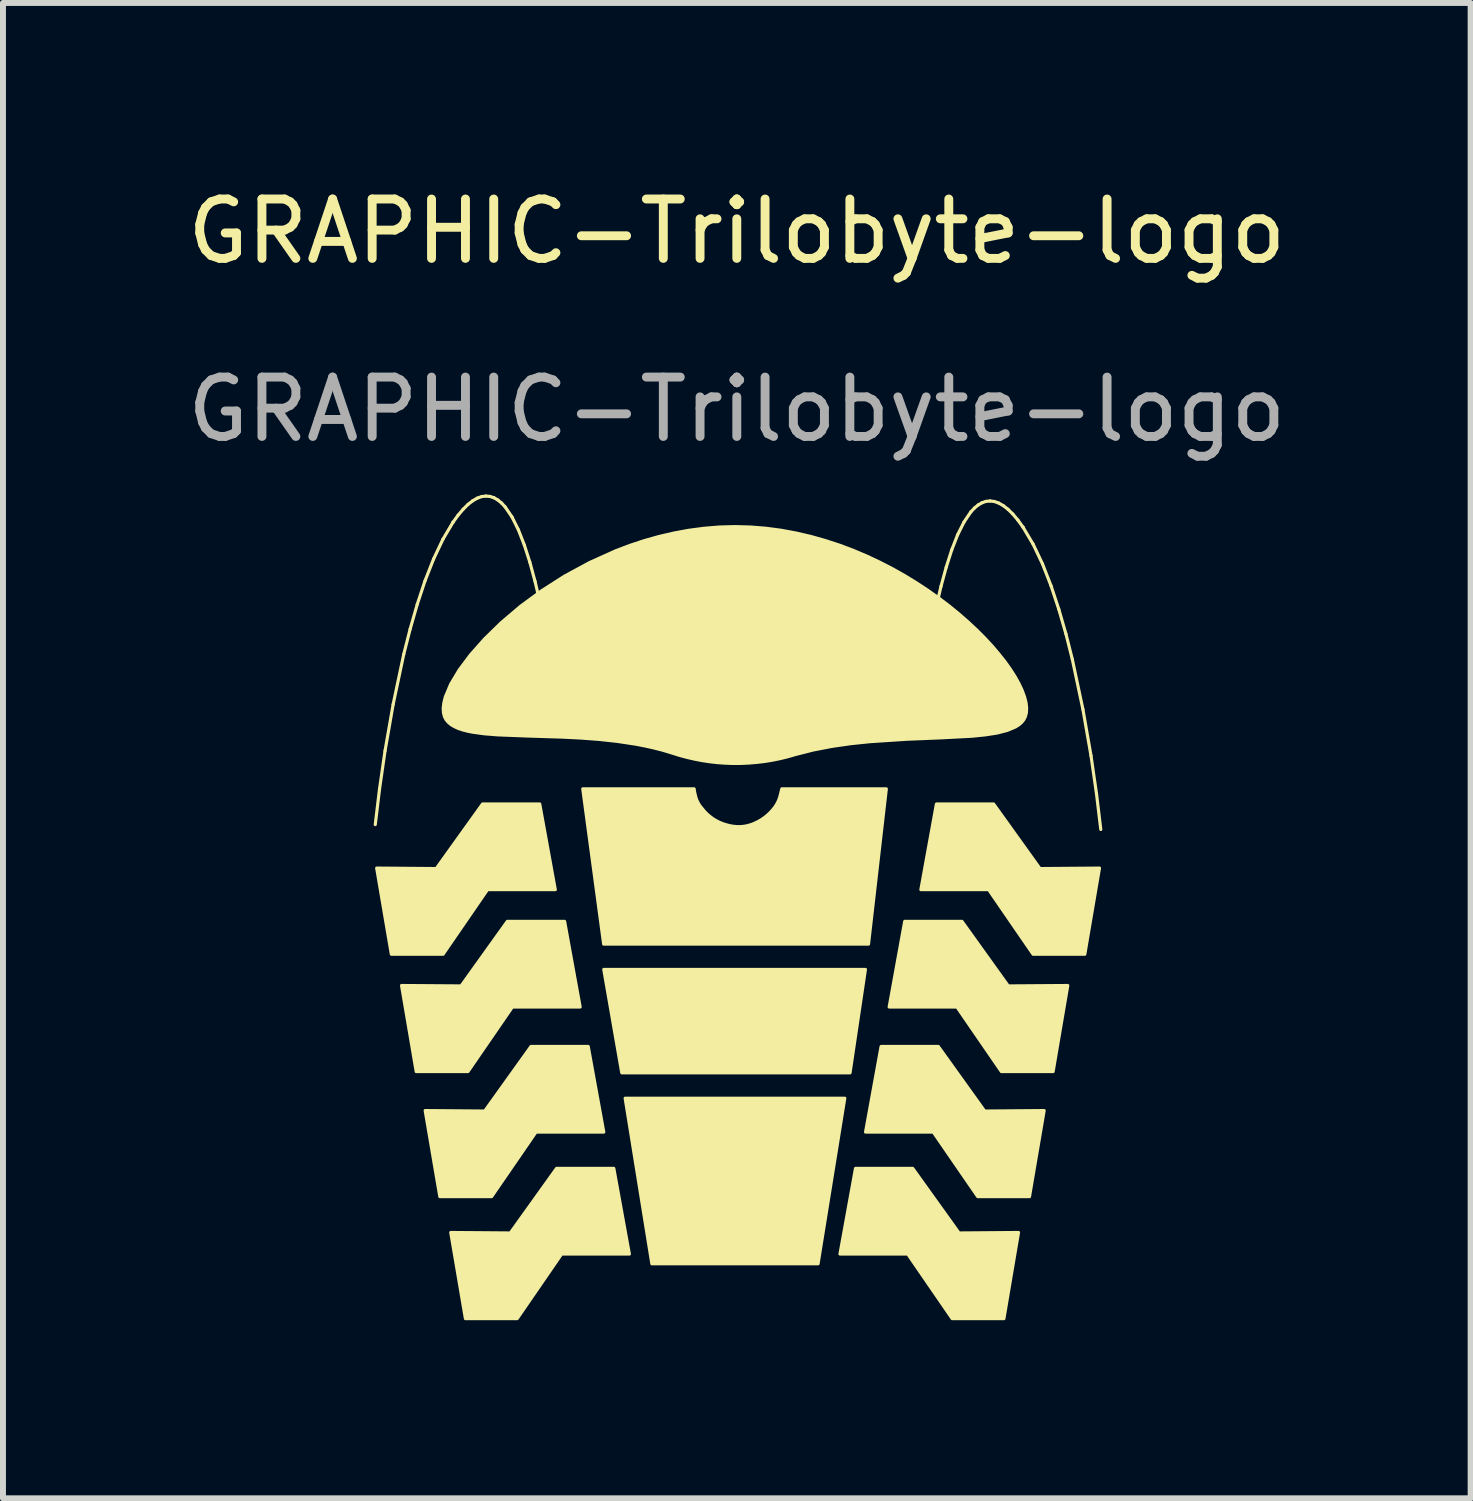
<source format=kicad_pcb>
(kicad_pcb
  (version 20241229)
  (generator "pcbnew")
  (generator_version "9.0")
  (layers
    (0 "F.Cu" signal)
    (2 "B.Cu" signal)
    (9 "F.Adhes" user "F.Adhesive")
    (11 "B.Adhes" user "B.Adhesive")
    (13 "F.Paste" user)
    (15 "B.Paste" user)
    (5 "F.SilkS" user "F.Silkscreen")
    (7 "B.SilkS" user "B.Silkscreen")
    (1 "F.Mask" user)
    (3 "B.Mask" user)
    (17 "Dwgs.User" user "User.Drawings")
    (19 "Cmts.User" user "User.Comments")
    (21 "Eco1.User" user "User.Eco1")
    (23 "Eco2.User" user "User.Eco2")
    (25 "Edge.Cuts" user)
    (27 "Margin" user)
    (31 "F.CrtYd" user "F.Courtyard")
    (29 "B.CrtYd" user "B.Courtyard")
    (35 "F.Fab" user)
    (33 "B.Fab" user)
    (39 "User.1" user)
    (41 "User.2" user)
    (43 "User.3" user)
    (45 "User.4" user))
  (footprint "GRAPHIC-Trilobyte-logo"
    (layer "F.Cu")
    (at 9.363 1.348)
    (property "Reference" "GRAPHIC-Trilobyte-logo" (at 0 -0.5 0) (unlocked yes) (layer "F.SilkS") (effects (font (size 1 1) (thickness 0.15))))
    (fp_line (start -6.019 8.894) (end -6.091 9.494) (stroke (width 0.053) (type solid)) (layer "F.SilkS"))
    (fp_line (start -5.926 8.25) (end -6.019 8.894) (stroke (width 0.053) (type solid)) (layer "F.SilkS"))
    (fp_line (start -5.79 7.47) (end -5.926 8.25) (stroke (width 0.053) (type solid)) (layer "F.SilkS"))
    (fp_line (start -5.611 6.624) (end -5.79 7.47) (stroke (width 0.053) (type solid)) (layer "F.SilkS"))
    (fp_line (start -5.503 6.199) (end -5.611 6.624) (stroke (width 0.053) (type solid)) (layer "F.SilkS"))
    (fp_line (start -5.384 5.784) (end -5.503 6.199) (stroke (width 0.053) (type solid)) (layer "F.SilkS"))
    (fp_line (start -5.253 5.388) (end -5.384 5.784) (stroke (width 0.053) (type solid)) (layer "F.SilkS"))
    (fp_line (start -5.108 5.019) (end -5.253 5.388) (stroke (width 0.053) (type solid)) (layer "F.SilkS"))
    (fp_line (start -4.951 4.687) (end -5.108 5.019) (stroke (width 0.053) (type solid)) (layer "F.SilkS"))
    (fp_line (start -4.781 4.4) (end -4.951 4.687) (stroke (width 0.053) (type solid)) (layer "F.SilkS"))
    (fp_line (start -4.781 4.4) (end -4.781 4.4) (stroke (width 0.053) (type solid)) (layer "F.SilkS"))
    (fp_line (start -4.694 4.28) (end -4.781 4.4) (stroke (width 0.053) (type solid)) (layer "F.SilkS"))
    (fp_line (start -4.609 4.18) (end -4.694 4.28) (stroke (width 0.053) (type solid)) (layer "F.SilkS"))
    (fp_line (start -4.527 4.099) (end -4.609 4.18) (stroke (width 0.053) (type solid)) (layer "F.SilkS"))
    (fp_line (start -4.448 4.038) (end -4.527 4.099) (stroke (width 0.053) (type solid)) (layer "F.SilkS"))
    (fp_line (start -4.372 3.994) (end -4.448 4.038) (stroke (width 0.053) (type solid)) (layer "F.SilkS"))
    (fp_line (start -4.298 3.968) (end -4.372 3.994) (stroke (width 0.053) (type solid)) (layer "F.SilkS"))
    (fp_line (start -4.226 3.959) (end -4.298 3.968) (stroke (width 0.053) (type solid)) (layer "F.SilkS"))
    (fp_line (start -4.157 3.966) (end -4.226 3.959) (stroke (width 0.053) (type solid)) (layer "F.SilkS"))
    (fp_line (start -4.09 3.988) (end -4.157 3.966) (stroke (width 0.053) (type solid)) (layer "F.SilkS"))
    (fp_line (start -4.025 4.026) (end -4.09 3.988) (stroke (width 0.053) (type solid)) (layer "F.SilkS"))
    (fp_line (start -3.962 4.078) (end -4.025 4.026) (stroke (width 0.053) (type solid)) (layer "F.SilkS"))
    (fp_line (start -3.902 4.143) (end -3.962 4.078) (stroke (width 0.053) (type solid)) (layer "F.SilkS"))
    (fp_line (start -3.787 4.312) (end -3.902 4.143) (stroke (width 0.053) (type solid)) (layer "F.SilkS"))
    (fp_line (start -3.68 4.527) (end -3.787 4.312) (stroke (width 0.053) (type solid)) (layer "F.SilkS"))
    (fp_line (start -3.58 4.783) (end -3.68 4.527) (stroke (width 0.053) (type solid)) (layer "F.SilkS"))
    (fp_line (start -3.486 5.075) (end -3.58 4.783) (stroke (width 0.053) (type solid)) (layer "F.SilkS"))
    (fp_line (start -3.399 5.397) (end -3.486 5.075) (stroke (width 0.053) (type solid)) (layer "F.SilkS"))
    (fp_line (start -3.317 5.745) (end -3.399 5.397) (stroke (width 0.053) (type solid)) (layer "F.SilkS"))
    (fp_line (start -3.168 6.495) (end -3.317 5.745) (stroke (width 0.053) (type solid)) (layer "F.SilkS"))
    (fp_line (start -3.034 7.283) (end -3.168 6.495) (stroke (width 0.053) (type solid)) (layer "F.SilkS"))
    (fp_line (start 3.076 7.366) (end 3.209 6.578) (stroke (width 0.053) (type solid)) (layer "F.SilkS"))
    (fp_line (start 3.209 6.578) (end 3.358 5.828) (stroke (width 0.053) (type solid)) (layer "F.SilkS"))
    (fp_line (start 3.358 5.828) (end 3.44 5.48) (stroke (width 0.053) (type solid)) (layer "F.SilkS"))
    (fp_line (start 3.44 5.48) (end 3.528 5.158) (stroke (width 0.053) (type solid)) (layer "F.SilkS"))
    (fp_line (start 3.528 5.158) (end 3.621 4.866) (stroke (width 0.053) (type solid)) (layer "F.SilkS"))
    (fp_line (start 3.621 4.866) (end 3.721 4.61) (stroke (width 0.053) (type solid)) (layer "F.SilkS"))
    (fp_line (start 3.721 4.61) (end 3.829 4.395) (stroke (width 0.053) (type solid)) (layer "F.SilkS"))
    (fp_line (start 3.829 4.395) (end 3.943 4.226) (stroke (width 0.053) (type solid)) (layer "F.SilkS"))
    (fp_line (start 3.943 4.226) (end 4.004 4.161) (stroke (width 0.053) (type solid)) (layer "F.SilkS"))
    (fp_line (start 4.004 4.161) (end 4.067 4.109) (stroke (width 0.053) (type solid)) (layer "F.SilkS"))
    (fp_line (start 4.067 4.109) (end 4.131 4.072) (stroke (width 0.053) (type solid)) (layer "F.SilkS"))
    (fp_line (start 4.131 4.072) (end 4.198 4.049) (stroke (width 0.053) (type solid)) (layer "F.SilkS"))
    (fp_line (start 4.198 4.049) (end 4.267 4.042) (stroke (width 0.053) (type solid)) (layer "F.SilkS"))
    (fp_line (start 4.267 4.042) (end 4.339 4.051) (stroke (width 0.053) (type solid)) (layer "F.SilkS"))
    (fp_line (start 4.339 4.051) (end 4.413 4.077) (stroke (width 0.053) (type solid)) (layer "F.SilkS"))
    (fp_line (start 4.413 4.077) (end 4.49 4.121) (stroke (width 0.053) (type solid)) (layer "F.SilkS"))
    (fp_line (start 4.49 4.121) (end 4.569 4.182) (stroke (width 0.053) (type solid)) (layer "F.SilkS"))
    (fp_line (start 4.569 4.182) (end 4.651 4.263) (stroke (width 0.053) (type solid)) (layer "F.SilkS"))
    (fp_line (start 4.651 4.263) (end 4.735 4.363) (stroke (width 0.053) (type solid)) (layer "F.SilkS"))
    (fp_line (start 4.735 4.363) (end 4.822 4.484) (stroke (width 0.053) (type solid)) (layer "F.SilkS"))
    (fp_line (start 4.822 4.484) (end 4.822 4.484) (stroke (width 0.053) (type solid)) (layer "F.SilkS"))
    (fp_line (start 4.822 4.484) (end 4.992 4.77) (stroke (width 0.053) (type solid)) (layer "F.SilkS"))
    (fp_line (start 4.992 4.77) (end 5.15 5.102) (stroke (width 0.053) (type solid)) (layer "F.SilkS"))
    (fp_line (start 5.15 5.102) (end 5.294 5.471) (stroke (width 0.053) (type solid)) (layer "F.SilkS"))
    (fp_line (start 5.294 5.471) (end 5.425 5.867) (stroke (width 0.053) (type solid)) (layer "F.SilkS"))
    (fp_line (start 5.425 5.867) (end 5.545 6.282) (stroke (width 0.053) (type solid)) (layer "F.SilkS"))
    (fp_line (start 5.545 6.282) (end 5.652 6.707) (stroke (width 0.053) (type solid)) (layer "F.SilkS"))
    (fp_line (start 5.652 6.707) (end 5.831 7.552) (stroke (width 0.053) (type solid)) (layer "F.SilkS"))
    (fp_line (start 5.831 7.552) (end 5.967 8.332) (stroke (width 0.053) (type solid)) (layer "F.SilkS"))
    (fp_line (start 5.967 8.332) (end 6.06 8.976) (stroke (width 0.053) (type solid)) (layer "F.SilkS"))
    (fp_line (start 6.06 8.976) (end 6.132 9.576) (stroke (width 0.053) (type solid)) (layer "F.SilkS"))
    (fp_poly (pts (xy -2.241 11.934) (xy 2.167 11.934) (xy 1.908 13.676) (xy -1.938 13.676) (xy -2.241 11.934)) (stroke (width 0.053) (type solid)) (fill yes) (layer "F.SilkS"))
    (fp_poly (pts (xy -1.881 14.104) (xy -1.431 16.893) (xy 1.369 16.893) (xy 1.819 14.104) (xy -1.881 14.104)) (stroke (width 0.053) (type solid)) (fill yes) (layer "F.SilkS"))
    (fp_poly (pts (xy -3.32 9.147) (xy -3.058 10.59) (xy -4.2 10.59) (xy -4.948 11.678) (xy -5.82 11.678) (xy -6.067 10.227) (xy -5.064 10.235) (xy -4.284 9.147) (xy -3.32 9.147)) (stroke (width 0.053) (type solid)) (fill yes) (layer "F.SilkS"))
    (fp_poly (pts (xy -2.901 11.124) (xy -2.639 12.567) (xy -3.781 12.567) (xy -4.529 13.655) (xy -5.401 13.655) (xy -5.648 12.205) (xy -4.645 12.212) (xy -3.866 11.124) (xy -2.901 11.124)) (stroke (width 0.053) (type solid)) (fill yes) (layer "F.SilkS"))
    (fp_poly (pts (xy -2.503 13.232) (xy -2.241 14.674) (xy -3.383 14.674) (xy -4.131 15.762) (xy -5.003 15.762) (xy -5.25 14.312) (xy -4.247 14.32) (xy -3.468 13.232) (xy -2.503 13.232)) (stroke (width 0.053) (type solid)) (fill yes) (layer "F.SilkS"))
    (fp_poly (pts (xy -2.072 15.286) (xy -1.81 16.729) (xy -2.952 16.729) (xy -3.7 17.817) (xy -4.572 17.817) (xy -4.819 16.366) (xy -3.816 16.374) (xy -3.037 15.286) (xy -2.072 15.286)) (stroke (width 0.053) (type solid)) (fill yes) (layer "F.SilkS"))
    (fp_poly (pts (xy 2 15.286) (xy 1.738 16.729) (xy 2.88 16.729) (xy 3.628 17.817) (xy 4.5 17.817) (xy 4.746 16.366) (xy 3.744 16.374) (xy 2.964 15.286) (xy 2 15.286)) (stroke (width 0.053) (type solid)) (fill yes) (layer "F.SilkS"))
    (fp_poly (pts (xy 2.431 13.232) (xy 2.169 14.674) (xy 3.31 14.674) (xy 4.059 15.762) (xy 4.931 15.762) (xy 5.178 14.312) (xy 4.175 14.32) (xy 3.395 13.232) (xy 2.431 13.232)) (stroke (width 0.053) (type solid)) (fill yes) (layer "F.SilkS"))
    (fp_poly (pts (xy 2.829 11.124) (xy 2.567 12.567) (xy 3.709 12.567) (xy 4.457 13.655) (xy 5.329 13.655) (xy 5.576 12.205) (xy 4.573 12.212) (xy 3.793 11.124) (xy 2.829 11.124)) (stroke (width 0.053) (type solid)) (fill yes) (layer "F.SilkS"))
    (fp_poly (pts (xy 3.363 9.147) (xy 3.101 10.59) (xy 4.243 10.59) (xy 4.991 11.678) (xy 5.863 11.678) (xy 6.11 10.227) (xy 5.107 10.235) (xy 4.327 9.147) (xy 3.363 9.147)) (stroke (width 0.053) (type solid)) (fill yes) (layer "F.SilkS"))
    (fp_poly (pts (xy -0.031 4.474) (xy -0.296 4.481) (xy -0.557 4.503) (xy -0.814 4.537) (xy -1.067 4.584) (xy -1.316 4.642) (xy -1.56 4.711) (xy -1.799 4.79) (xy -2.032 4.878) (xy -2.479 5.079) (xy -2.9 5.307) (xy -3.29 5.556) (xy -3.647 5.819) (xy -3.967 6.091) (xy -4.247 6.364) (xy -4.485 6.632) (xy -4.677 6.889) (xy -4.82 7.128) (xy -4.911 7.344) (xy -4.935 7.441) (xy -4.946 7.53) (xy -4.942 7.609) (xy -4.924 7.679) (xy -4.897 7.728) (xy -4.86 7.771) (xy -4.814 7.81) (xy -4.758 7.843) (xy -4.694 7.873) (xy -4.621 7.898) (xy -4.54 7.919) (xy -4.451 7.937) (xy -4.252 7.964) (xy -4.028 7.982) (xy -3.515 8.002) (xy -2.939 8.02) (xy -2.635 8.035) (xy -2.326 8.058) (xy -2.014 8.092) (xy -1.702 8.139) (xy -1.548 8.169) (xy -1.395 8.203) (xy -1.244 8.242) (xy -1.095 8.287) (xy -0.968 8.327) (xy -0.841 8.361) (xy -0.712 8.391) (xy -0.583 8.416) (xy -0.453 8.435) (xy -0.323 8.45) (xy -0.192 8.459) (xy -0.061 8.464) (xy 0.07 8.463) (xy 0.201 8.457) (xy 0.332 8.446) (xy 0.463 8.431) (xy 0.593 8.41) (xy 0.722 8.384) (xy 0.85 8.353) (xy 0.978 8.316) (xy 1.287 8.237) (xy 1.603 8.176) (xy 1.922 8.13) (xy 2.24 8.097) (xy 2.862 8.056) (xy 3.445 8.032) (xy 3.961 8.005) (xy 4.187 7.982) (xy 4.387 7.951) (xy 4.557 7.907) (xy 4.695 7.849) (xy 4.75 7.814) (xy 4.797 7.774) (xy 4.834 7.729) (xy 4.86 7.679) (xy 4.879 7.608) (xy 4.883 7.527) (xy 4.872 7.437) (xy 4.847 7.34) (xy 4.808 7.234) (xy 4.756 7.123) (xy 4.691 7.005) (xy 4.613 6.882) (xy 4.523 6.755) (xy 4.42 6.625) (xy 4.307 6.491) (xy 4.182 6.356) (xy 4.047 6.22) (xy 3.901 6.084) (xy 3.746 5.948) (xy 3.581 5.813) (xy 3.407 5.681) (xy 3.224 5.551) (xy 3.033 5.425) (xy 2.834 5.303) (xy 2.627 5.186) (xy 2.413 5.076) (xy 2.193 4.972) (xy 1.966 4.876) (xy 1.733 4.788) (xy 1.494 4.71) (xy 1.251 4.641) (xy 1.002 4.583) (xy 0.749 4.536) (xy 0.493 4.502) (xy 0.232 4.481) (xy -0.031 4.474)) (stroke (width 0.053) (type solid)) (fill yes) (layer "F.SilkS"))
    (fp_poly (pts (xy -2.595 8.892) (xy -0.719 8.892) (xy -0.716 8.915) (xy -0.712 8.939) (xy -0.707 8.963) (xy -0.702 8.986) (xy -0.696 9.01) (xy -0.69 9.033) (xy -0.683 9.056) (xy -0.675 9.078) (xy -0.671 9.088) (xy -0.666 9.097) (xy -0.662 9.107) (xy -0.657 9.116) (xy -0.652 9.126) (xy -0.647 9.135) (xy -0.642 9.144) (xy -0.636 9.153) (xy -0.631 9.162) (xy -0.625 9.17) (xy -0.619 9.179) (xy -0.613 9.187) (xy -0.606 9.196) (xy -0.6 9.204) (xy -0.593 9.212) (xy -0.587 9.22) (xy -0.577 9.232) (xy -0.568 9.243) (xy -0.558 9.255) (xy -0.549 9.266) (xy -0.539 9.277) (xy -0.529 9.287) (xy -0.518 9.298) (xy -0.508 9.308) (xy -0.497 9.319) (xy -0.486 9.329) (xy -0.475 9.338) (xy -0.464 9.348) (xy -0.452 9.357) (xy -0.44 9.366) (xy -0.429 9.375) (xy -0.417 9.384) (xy -0.401 9.395) (xy -0.385 9.405) (xy -0.37 9.415) (xy -0.353 9.424) (xy -0.337 9.433) (xy -0.32 9.442) (xy -0.304 9.45) (xy -0.287 9.458) (xy -0.27 9.465) (xy -0.252 9.472) (xy -0.235 9.479) (xy -0.217 9.485) (xy -0.199 9.491) (xy -0.181 9.496) (xy -0.163 9.501) (xy -0.145 9.506) (xy -0.128 9.51) (xy -0.11 9.514) (xy -0.092 9.517) (xy -0.074 9.52) (xy -0.056 9.523) (xy -0.038 9.525) (xy -0.02 9.526) (xy -0.002 9.528) (xy 0.015 9.528) (xy 0.032 9.528) (xy 0.049 9.528) (xy 0.066 9.528) (xy 0.082 9.527) (xy 0.099 9.525) (xy 0.116 9.523) (xy 0.133 9.521) (xy 0.149 9.518) (xy 0.165 9.515) (xy 0.181 9.511) (xy 0.197 9.507) (xy 0.212 9.503) (xy 0.228 9.498) (xy 0.243 9.493) (xy 0.259 9.488) (xy 0.274 9.482) (xy 0.289 9.476) (xy 0.304 9.469) (xy 0.319 9.462) (xy 0.334 9.455) (xy 0.348 9.448) (xy 0.363 9.44) (xy 0.377 9.432) (xy 0.392 9.423) (xy 0.407 9.415) (xy 0.421 9.406) (xy 0.435 9.396) (xy 0.449 9.387) (xy 0.463 9.377) (xy 0.477 9.366) (xy 0.49 9.356) (xy 0.503 9.345) (xy 0.516 9.334) (xy 0.529 9.322) (xy 0.541 9.311) (xy 0.554 9.299) (xy 0.566 9.287) (xy 0.577 9.274) (xy 0.589 9.261) (xy 0.599 9.25) (xy 0.609 9.239) (xy 0.618 9.227) (xy 0.628 9.216) (xy 0.637 9.204) (xy 0.645 9.191) (xy 0.654 9.179) (xy 0.662 9.166) (xy 0.669 9.154) (xy 0.677 9.141) (xy 0.684 9.127) (xy 0.691 9.114) (xy 0.697 9.1) (xy 0.703 9.087) (xy 0.709 9.073) (xy 0.714 9.059) (xy 0.721 9.038) (xy 0.727 9.017) (xy 0.732 8.997) (xy 0.738 8.976) (xy 0.743 8.955) (xy 0.748 8.934) (xy 0.753 8.913) (xy 0.758 8.892) (xy 2.519 8.892) (xy 2.219 11.507) (xy -2.243 11.507) (xy -2.595 8.892)) (stroke (width 0.053) (type solid)) (fill yes) (layer "F.SilkS"))
    (fp_poly (pts (xy 2.347 6.287) (xy 2.335 6.296) (xy 2.323 6.305) (xy 2.311 6.313) (xy 2.299 6.321) (xy 2.287 6.329) (xy 2.274 6.336) (xy 2.261 6.343) (xy 2.248 6.35) (xy 2.242 6.345) (xy 2.226 6.332) (xy 2.215 6.324) (xy 2.204 6.315) (xy 2.192 6.306) (xy 2.18 6.297) (xy 2.171 6.291) (xy 2.161 6.285) (xy 2.152 6.28) (xy 2.143 6.274) (xy 2.133 6.269) (xy 2.124 6.263) (xy 2.114 6.258) (xy 2.104 6.253) (xy 2.062 6.228) (xy 2.036 6.212) (xy 2.006 6.194) (xy 1.912 6.151) (xy 1.894 6.143) (xy 1.872 6.135) (xy 1.86 6.13) (xy 1.847 6.125) (xy 1.832 6.12) (xy 1.817 6.115) (xy 1.772 6.101) (xy 1.745 6.093) (xy 1.715 6.084) (xy 1.663 6.069) (xy 1.632 6.061) (xy 1.598 6.052) (xy 1.56 6.042) (xy 1.519 6.033) (xy 1.475 6.024) (xy 1.429 6.014) (xy 1.388 6.007) (xy 1.348 6) (xy 1.307 5.994) (xy 1.266 5.989) (xy 1.225 5.984) (xy 1.183 5.98) (xy 1.142 5.976) (xy 1.101 5.974) (xy 1.096 5.939) (xy 1.092 5.907) (xy 1.091 5.891) (xy 1.089 5.876) (xy 1.087 5.857) (xy 1.086 5.838) (xy 1.086 5.819) (xy 1.086 5.8) (xy 1.086 5.781) (xy 1.088 5.762) (xy 1.089 5.743) (xy 1.092 5.724) (xy 1.095 5.709) (xy 1.099 5.693) (xy 1.103 5.677) (xy 1.107 5.661) (xy 1.111 5.645) (xy 1.116 5.63) (xy 1.121 5.614) (xy 1.126 5.599) (xy 1.126 5.599) (xy 1.219 5.609) (xy 1.262 5.613) (xy 1.309 5.619) (xy 1.358 5.625) (xy 1.407 5.632) (xy 1.445 5.638) (xy 1.484 5.645) (xy 1.522 5.652) (xy 1.56 5.659) (xy 1.598 5.667) (xy 1.636 5.676) (xy 1.674 5.685) (xy 1.712 5.695) (xy 1.747 5.704) (xy 1.782 5.714) (xy 1.817 5.725) (xy 1.851 5.736) (xy 1.886 5.747) (xy 1.92 5.759) (xy 1.954 5.772) (xy 1.988 5.785) (xy 2.041 5.806) (xy 2.07 5.818) (xy 2.084 5.824) (xy 2.099 5.83) (xy 2.116 5.837) (xy 2.136 5.847) (xy 2.177 5.866) (xy 2.197 5.877) (xy 2.215 5.887) (xy 2.248 5.905) (xy 2.276 5.922) (xy 2.302 5.937) (xy 2.314 5.944) (xy 2.327 5.951) (xy 2.34 5.959) (xy 2.352 5.966) (xy 2.365 5.974) (xy 2.377 5.982) (xy 2.389 5.99) (xy 2.401 5.999) (xy 2.412 6.007) (xy 2.423 6.015) (xy 2.433 6.024) (xy 2.444 6.033) (xy 2.454 6.042) (xy 2.464 6.051) (xy 2.474 6.06) (xy 2.484 6.07) (xy 2.414 6.195) (xy 2.411 6.202) (xy 2.408 6.209) (xy 2.405 6.215) (xy 2.402 6.221) (xy 2.398 6.228) (xy 2.394 6.234) (xy 2.39 6.24) (xy 2.386 6.245) (xy 2.382 6.251) (xy 2.377 6.257) (xy 2.372 6.262) (xy 2.368 6.268) (xy 2.363 6.273) (xy 2.357 6.278) (xy 2.352 6.283) (xy 2.347 6.288) (xy 2.347 6.287)) (stroke (width 0.053) (type solid)) (fill yes) (layer "F.SilkS"))
    (fp_poly (pts (xy -1.225 5.836) (xy -1.225 5.839) (xy -1.226 5.846) (xy -1.229 5.864) (xy -1.234 5.889) (xy -1.279 5.893) (xy -1.323 5.898) (xy -1.367 5.904) (xy -1.411 5.911) (xy -1.455 5.919) (xy -1.499 5.928) (xy -1.543 5.937) (xy -1.586 5.948) (xy -1.609 5.955) (xy -1.632 5.962) (xy -1.654 5.97) (xy -1.677 5.977) (xy -1.699 5.986) (xy -1.721 5.994) (xy -1.743 6.003) (xy -1.766 6.012) (xy -1.772 6.014) (xy -1.779 6.017) (xy -1.797 6.025) (xy -1.822 6.036) (xy -1.857 6.05) (xy -1.949 6.09) (xy -1.968 6.099) (xy -1.987 6.108) (xy -2.007 6.118) (xy -2.026 6.129) (xy -2.044 6.139) (xy -2.063 6.15) (xy -2.082 6.161) (xy -2.1 6.172) (xy -2.12 6.187) (xy -2.139 6.202) (xy -2.178 6.234) (xy -2.198 6.25) (xy -2.217 6.265) (xy -2.238 6.281) (xy -2.248 6.289) (xy -2.259 6.296) (xy -2.26 6.298) (xy -2.262 6.3) (xy -2.264 6.302) (xy -2.266 6.304) (xy -2.268 6.306) (xy -2.27 6.308) (xy -2.272 6.31) (xy -2.274 6.312) (xy -2.277 6.315) (xy -2.28 6.318) (xy -2.282 6.321) (xy -2.285 6.323) (xy -2.291 6.328) (xy -2.294 6.33) (xy -2.298 6.334) (xy -2.318 6.354) (xy -2.347 6.386) (xy -2.367 6.409) (xy -2.384 6.403) (xy -2.401 6.396) (xy -2.418 6.389) (xy -2.435 6.382) (xy -2.451 6.374) (xy -2.468 6.365) (xy -2.484 6.356) (xy -2.499 6.347) (xy -2.508 6.342) (xy -2.516 6.337) (xy -2.524 6.332) (xy -2.531 6.327) (xy -2.539 6.322) (xy -2.546 6.316) (xy -2.553 6.31) (xy -2.56 6.304) (xy -2.567 6.298) (xy -2.574 6.291) (xy -2.58 6.284) (xy -2.587 6.277) (xy -2.593 6.27) (xy -2.599 6.263) (xy -2.604 6.255) (xy -2.61 6.248) (xy -2.65 6.174) (xy -2.586 6.103) (xy -2.563 6.08) (xy -2.544 6.06) (xy -2.535 6.052) (xy -2.529 6.045) (xy -2.514 6.031) (xy -2.498 6.016) (xy -2.483 6.002) (xy -2.467 5.989) (xy -2.451 5.975) (xy -2.435 5.962) (xy -2.419 5.949) (xy -2.402 5.937) (xy -2.388 5.925) (xy -2.374 5.914) (xy -2.359 5.903) (xy -2.345 5.892) (xy -2.33 5.882) (xy -2.315 5.871) (xy -2.299 5.861) (xy -2.284 5.851) (xy -2.276 5.846) (xy -2.267 5.841) (xy -2.249 5.83) (xy -2.208 5.808) (xy -2.181 5.793) (xy -2.16 5.781) (xy -2.144 5.773) (xy -2.133 5.767) (xy -2.087 5.744) (xy -2.027 5.717) (xy -1.966 5.691) (xy -1.905 5.666) (xy -1.843 5.644) (xy -1.781 5.622) (xy -1.718 5.603) (xy -1.655 5.585) (xy -1.591 5.568) (xy -1.535 5.557) (xy -1.479 5.546) (xy -1.425 5.537) (xy -1.377 5.53) (xy -1.273 5.515) (xy -1.269 5.525) (xy -1.26 5.548) (xy -1.254 5.562) (xy -1.248 5.578) (xy -1.243 5.593) (xy -1.238 5.607) (xy -1.234 5.621) (xy -1.231 5.635) (xy -1.228 5.649) (xy -1.225 5.663) (xy -1.223 5.678) (xy -1.221 5.692) (xy -1.22 5.706) (xy -1.219 5.721) (xy -1.218 5.735) (xy -1.218 5.749) (xy -1.218 5.764) (xy -1.219 5.778) (xy -1.219 5.793) (xy -1.221 5.807) (xy -1.223 5.821) (xy -1.225 5.836)) (stroke (width 0.053) (type solid)) (fill yes) (layer "F.SilkS"))
    (fp_text user "${REFERENCE}" (at 0 2.5 0) (unlocked yes) (layer "F.Fab") (effects (font (size 1 1) (thickness 0.15)))))
  (gr_rect
    (start -3 -3)
    (end 21.726 22.192)
    (stroke (width 0.1) (type default))
    (fill no)
    (layer "Edge.Cuts")))
</source>
